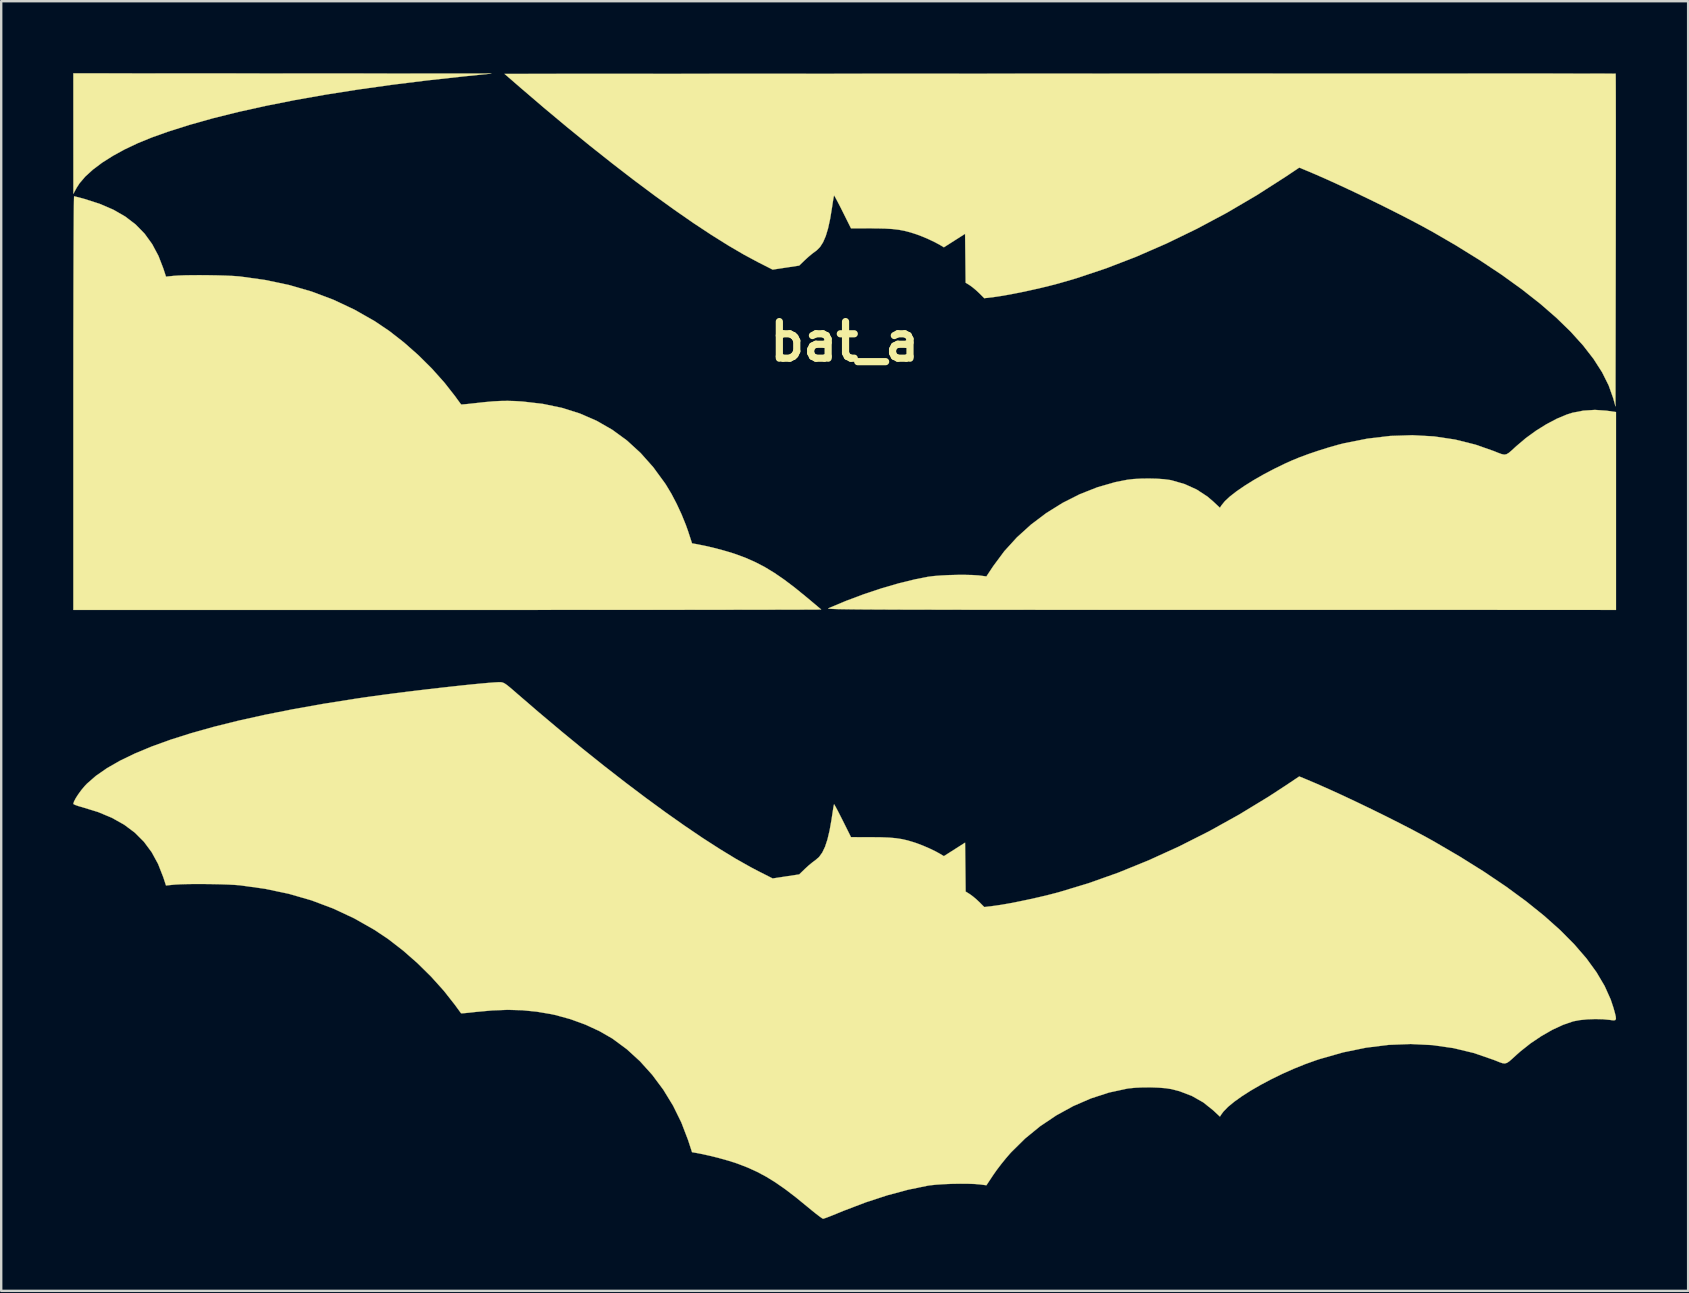
<source format=kicad_pcb>
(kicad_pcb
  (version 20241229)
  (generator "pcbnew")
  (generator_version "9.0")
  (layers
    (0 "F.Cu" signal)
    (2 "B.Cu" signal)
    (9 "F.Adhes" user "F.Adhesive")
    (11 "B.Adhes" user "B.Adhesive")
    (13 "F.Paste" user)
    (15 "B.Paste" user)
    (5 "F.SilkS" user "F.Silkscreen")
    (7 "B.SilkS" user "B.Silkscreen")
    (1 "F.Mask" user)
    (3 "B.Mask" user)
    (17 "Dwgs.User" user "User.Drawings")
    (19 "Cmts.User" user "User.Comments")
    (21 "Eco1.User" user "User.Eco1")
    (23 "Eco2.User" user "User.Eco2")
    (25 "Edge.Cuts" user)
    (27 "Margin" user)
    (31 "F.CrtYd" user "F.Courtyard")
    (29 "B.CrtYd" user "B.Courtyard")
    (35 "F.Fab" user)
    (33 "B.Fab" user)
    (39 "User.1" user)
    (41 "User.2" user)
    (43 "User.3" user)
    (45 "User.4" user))
  (footprint "bat_a"
    (layer "F.Cu")
    (at 32.136 11.181)
    (property "Reference" "bat_a" (at 0 0 0) (layer "F.SilkS") (effects (font (size 1.524 1.524) (thickness 0.3))))
    (attr through_hole)
    (fp_poly (pts (xy -14.711 -11.167) (xy -15.875 -11.048) (xy -17.407 -10.88) (xy -18.879 -10.697) (xy -20.288 -10.499) (xy -21.633 -10.287) (xy -22.911 -10.061) (xy -24.119 -9.821) (xy -25.254 -9.569) (xy -26.316 -9.305) (xy -27.299 -9.028) (xy -28.204 -8.741) (xy -28.871 -8.502) (xy -29.453 -8.264) (xy -29.995 -8.007) (xy -30.49 -7.735) (xy -30.933 -7.454) (xy -31.315 -7.167) (xy -31.632 -6.879) (xy -31.875 -6.594) (xy -31.995 -6.406) (xy -32.129 -6.16) (xy -32.131 -11.176) (xy -14.711 -11.167)) (stroke (width 0.01) (type solid)) (fill yes) (layer "F.SilkS"))
    (fp_poly (pts (xy 31.73 2.876) (xy 31.749 2.879) (xy 32.131 2.933) (xy 32.131 11.176) (xy 15.653 11.174) (xy 14.241 11.174) (xy 12.911 11.174) (xy 11.661 11.174) (xy 10.489 11.173) (xy 9.391 11.173) (xy 8.366 11.173) (xy 7.412 11.172) (xy 6.525 11.171) (xy 5.704 11.171) (xy 4.946 11.17) (xy 4.248 11.169) (xy 3.609 11.167) (xy 3.025 11.166) (xy 2.495 11.165) (xy 2.016 11.163) (xy 1.585 11.161) (xy 1.201 11.159) (xy 0.861 11.157) (xy 0.561 11.155) (xy 0.301 11.152) (xy 0.078 11.149) (xy -0.112 11.146) (xy -0.269 11.143) (xy -0.397 11.139) (xy -0.498 11.135) (xy -0.575 11.131) (xy -0.63 11.127) (xy -0.664 11.122) (xy -0.682 11.117) (xy -0.684 11.111) (xy -0.677 11.107) (xy 0.049 10.803) (xy 0.791 10.525) (xy 1.532 10.278) (xy 2.254 10.068) (xy 2.94 9.9) (xy 3.471 9.796) (xy 3.703 9.766) (xy 3.996 9.743) (xy 4.326 9.726) (xy 4.671 9.717) (xy 5.009 9.716) (xy 5.317 9.723) (xy 5.572 9.739) (xy 5.652 9.748) (xy 5.905 9.781) (xy 6.193 9.346) (xy 6.651 8.729) (xy 7.177 8.152) (xy 7.763 7.621) (xy 8.4 7.141) (xy 9.077 6.719) (xy 9.788 6.359) (xy 10.522 6.069) (xy 11.271 5.853) (xy 11.769 5.755) (xy 12.031 5.724) (xy 12.341 5.707) (xy 12.673 5.702) (xy 13.002 5.71) (xy 13.304 5.731) (xy 13.554 5.764) (xy 13.61 5.775) (xy 14.162 5.934) (xy 14.663 6.161) (xy 15.113 6.455) (xy 15.356 6.663) (xy 15.632 6.921) (xy 15.7 6.815) (xy 15.84 6.644) (xy 16.051 6.448) (xy 16.325 6.235) (xy 16.654 6.009) (xy 17.028 5.775) (xy 17.441 5.538) (xy 17.882 5.305) (xy 18.345 5.08) (xy 18.627 4.953) (xy 18.952 4.819) (xy 19.335 4.678) (xy 19.749 4.538) (xy 20.168 4.407) (xy 20.566 4.294) (xy 20.804 4.234) (xy 21.777 4.041) (xy 22.725 3.929) (xy 23.65 3.898) (xy 24.551 3.948) (xy 25.428 4.079) (xy 26.281 4.292) (xy 27.039 4.558) (xy 27.232 4.636) (xy 27.372 4.687) (xy 27.478 4.707) (xy 27.568 4.691) (xy 27.663 4.636) (xy 27.78 4.537) (xy 27.94 4.39) (xy 27.986 4.348) (xy 28.377 4.017) (xy 28.798 3.711) (xy 29.233 3.44) (xy 29.665 3.212) (xy 30.077 3.039) (xy 30.311 2.964) (xy 30.769 2.875) (xy 31.254 2.844) (xy 31.73 2.876)) (stroke (width 0.01) (type solid)) (fill yes) (layer "F.SilkS"))
    (fp_poly (pts (xy -32.047 -6.043) (xy -31.933 -6.015) (xy -31.777 -5.974) (xy -31.679 -5.947) (xy -31.038 -5.742) (xy -30.469 -5.498) (xy -29.969 -5.211) (xy -29.535 -4.879) (xy -29.162 -4.497) (xy -28.847 -4.062) (xy -28.585 -3.571) (xy -28.386 -3.057) (xy -28.271 -2.707) (xy -27.947 -2.74) (xy -27.752 -2.753) (xy -27.491 -2.763) (xy -27.18 -2.768) (xy -26.837 -2.769) (xy -26.48 -2.766) (xy -26.126 -2.76) (xy -25.793 -2.75) (xy -25.497 -2.737) (xy -25.258 -2.72) (xy -25.188 -2.714) (xy -24.146 -2.569) (xy -23.155 -2.361) (xy -22.21 -2.088) (xy -21.303 -1.747) (xy -20.428 -1.336) (xy -19.579 -0.854) (xy -18.972 -0.445) (xy -18.361 0.032) (xy -17.764 0.559) (xy -17.195 1.123) (xy -16.673 1.708) (xy -16.236 2.265) (xy -16.131 2.41) (xy -16.045 2.526) (xy -15.991 2.6) (xy -15.979 2.617) (xy -15.935 2.618) (xy -15.823 2.609) (xy -15.66 2.593) (xy -15.46 2.571) (xy -15.424 2.567) (xy -15.006 2.521) (xy -14.651 2.489) (xy -14.335 2.472) (xy -14.037 2.468) (xy -13.735 2.476) (xy -13.42 2.495) (xy -12.575 2.593) (xy -11.78 2.758) (xy -11.033 2.993) (xy -10.334 3.297) (xy -9.68 3.672) (xy -9.07 4.118) (xy -8.502 4.638) (xy -7.975 5.23) (xy -7.487 5.897) (xy -7.434 5.978) (xy -7.216 6.341) (xy -6.998 6.758) (xy -6.793 7.2) (xy -6.616 7.636) (xy -6.524 7.895) (xy -6.358 8.403) (xy -6.174 8.435) (xy -5.823 8.505) (xy -5.435 8.596) (xy -5.044 8.699) (xy -4.687 8.805) (xy -4.532 8.856) (xy -4.11 9.014) (xy -3.711 9.191) (xy -3.32 9.395) (xy -2.927 9.634) (xy -2.518 9.915) (xy -2.08 10.246) (xy -1.602 10.635) (xy -1.587 10.647) (xy -1.398 10.806) (xy -1.231 10.945) (xy -1.099 11.057) (xy -1.01 11.131) (xy -0.977 11.159) (xy -1.018 11.161) (xy -1.14 11.162) (xy -1.341 11.163) (xy -1.618 11.164) (xy -1.968 11.165) (xy -2.387 11.166) (xy -2.874 11.167) (xy -3.424 11.168) (xy -4.036 11.169) (xy -4.706 11.17) (xy -5.431 11.171) (xy -6.208 11.172) (xy -7.035 11.173) (xy -7.907 11.173) (xy -8.824 11.174) (xy -9.78 11.174) (xy -10.774 11.175) (xy -11.803 11.175) (xy -12.863 11.176) (xy -13.952 11.176) (xy -15.066 11.176) (xy -16.204 11.176) (xy -16.545 11.176) (xy -32.131 11.176) (xy -32.131 2.561) (xy -32.131 1.714) (xy -32.13 0.889) (xy -32.13 0.091) (xy -32.129 -0.676) (xy -32.127 -1.409) (xy -32.126 -2.103) (xy -32.124 -2.754) (xy -32.122 -3.358) (xy -32.12 -3.912) (xy -32.118 -4.412) (xy -32.115 -4.853) (xy -32.113 -5.231) (xy -32.11 -5.543) (xy -32.107 -5.784) (xy -32.104 -5.951) (xy -32.101 -6.04) (xy -32.099 -6.054) (xy -32.047 -6.043)) (stroke (width 0.01) (type solid)) (fill yes) (layer "F.SilkS"))
    (fp_poly (pts (xy 23.782 -11.169) (xy 24.764 -11.169) (xy 25.695 -11.169) (xy 26.573 -11.168) (xy 27.396 -11.168) (xy 28.162 -11.168) (xy 28.867 -11.168) (xy 29.51 -11.167) (xy 30.088 -11.167) (xy 30.599 -11.166) (xy 31.04 -11.166) (xy 31.41 -11.165) (xy 31.704 -11.164) (xy 31.921 -11.164) (xy 32.06 -11.163) (xy 32.116 -11.162) (xy 32.117 -11.162) (xy 32.118 -11.119) (xy 32.12 -10.995) (xy 32.121 -10.796) (xy 32.122 -10.526) (xy 32.123 -10.188) (xy 32.123 -9.788) (xy 32.124 -9.33) (xy 32.124 -8.819) (xy 32.124 -8.258) (xy 32.124 -7.653) (xy 32.124 -7.008) (xy 32.123 -6.327) (xy 32.122 -5.614) (xy 32.121 -4.875) (xy 32.121 -4.224) (xy 32.11 2.7) (xy 32.014 2.355) (xy 31.824 1.821) (xy 31.552 1.276) (xy 31.196 0.721) (xy 30.759 0.157) (xy 30.24 -0.417) (xy 29.641 -0.999) (xy 28.962 -1.588) (xy 28.203 -2.185) (xy 27.366 -2.788) (xy 26.45 -3.397) (xy 25.458 -4.012) (xy 24.532 -4.55) (xy 24.088 -4.795) (xy 23.581 -5.064) (xy 23.026 -5.349) (xy 22.441 -5.643) (xy 21.839 -5.938) (xy 21.236 -6.227) (xy 20.648 -6.502) (xy 20.091 -6.756) (xy 19.579 -6.981) (xy 19.214 -7.135) (xy 18.936 -7.249) (xy 18.368 -6.869) (xy 17.161 -6.096) (xy 15.926 -5.371) (xy 14.672 -4.701) (xy 13.408 -4.088) (xy 12.145 -3.537) (xy 10.89 -3.053) (xy 9.654 -2.64) (xy 8.932 -2.43) (xy 8.566 -2.334) (xy 8.166 -2.236) (xy 7.748 -2.142) (xy 7.334 -2.053) (xy 6.94 -1.976) (xy 6.586 -1.912) (xy 6.29 -1.867) (xy 6.23 -1.859) (xy 5.815 -1.809) (xy 5.603 -2.021) (xy 5.464 -2.15) (xy 5.319 -2.27) (xy 5.215 -2.345) (xy 5.039 -2.455) (xy 5.028 -3.473) (xy 5.016 -4.491) (xy 4.133 -3.929) (xy 3.982 -4.02) (xy 3.769 -4.136) (xy 3.508 -4.261) (xy 3.233 -4.379) (xy 2.997 -4.468) (xy 2.739 -4.551) (xy 2.498 -4.614) (xy 2.256 -4.66) (xy 1.992 -4.691) (xy 1.69 -4.709) (xy 1.331 -4.717) (xy 1.137 -4.718) (xy 0.264 -4.72) (xy -0.082 -5.413) (xy -0.192 -5.632) (xy -0.29 -5.82) (xy -0.368 -5.967) (xy -0.421 -6.061) (xy -0.442 -6.09) (xy -0.454 -6.045) (xy -0.474 -5.933) (xy -0.5 -5.771) (xy -0.527 -5.588) (xy -0.605 -5.115) (xy -0.691 -4.72) (xy -0.788 -4.398) (xy -0.899 -4.141) (xy -1.025 -3.943) (xy -1.169 -3.799) (xy -1.212 -3.767) (xy -1.35 -3.665) (xy -1.511 -3.531) (xy -1.656 -3.398) (xy -1.894 -3.168) (xy -2.447 -3.084) (xy -3 -3) (xy -3.594 -3.301) (xy -4.196 -3.624) (xy -4.852 -4.008) (xy -5.556 -4.449) (xy -6.307 -4.945) (xy -7.099 -5.495) (xy -7.93 -6.094) (xy -8.795 -6.74) (xy -9.692 -7.432) (xy -10.617 -8.165) (xy -11.565 -8.937) (xy -12.535 -9.747) (xy -13.521 -10.591) (xy -13.683 -10.732) (xy -14.171 -11.155) (xy 8.966 -11.165) (xy 10.362 -11.166) (xy 11.736 -11.167) (xy 13.087 -11.167) (xy 14.412 -11.168) (xy 15.709 -11.168) (xy 16.974 -11.168) (xy 18.206 -11.169) (xy 19.403 -11.169) (xy 20.561 -11.169) (xy 21.679 -11.169) (xy 22.753 -11.169) (xy 23.782 -11.169)) (stroke (width 0.01) (type solid)) (fill yes) (layer "F.SilkS")))
  (footprint "bat_b"
    (layer "F.Cu")
    (at 32.136 36.543)
    (property "Reference" "bat_b" (at 0 0 0) (layer "F.SilkS") (effects (font (size 1.524 1.524) (thickness 0.3))))
    (attr through_hole)
    (fp_poly (pts (xy -14.301 -11.173) (xy -14.235 -11.157) (xy -14.162 -11.122) (xy -14.069 -11.058) (xy -13.945 -10.958) (xy -13.776 -10.814) (xy -13.668 -10.719) (xy -12.738 -9.918) (xy -11.816 -9.142) (xy -10.905 -8.394) (xy -10.009 -7.678) (xy -9.133 -6.997) (xy -8.282 -6.355) (xy -7.459 -5.753) (xy -6.669 -5.196) (xy -5.917 -4.686) (xy -5.206 -4.228) (xy -4.542 -3.823) (xy -3.927 -3.476) (xy -3.594 -3.301) (xy -3 -3) (xy -2.447 -3.084) (xy -1.894 -3.168) (xy -1.656 -3.398) (xy -1.507 -3.535) (xy -1.346 -3.668) (xy -1.212 -3.767) (xy -1.063 -3.898) (xy -0.932 -4.08) (xy -0.817 -4.32) (xy -0.717 -4.624) (xy -0.628 -4.998) (xy -0.548 -5.448) (xy -0.527 -5.588) (xy -0.498 -5.781) (xy -0.473 -5.94) (xy -0.453 -6.049) (xy -0.442 -6.09) (xy -0.42 -6.059) (xy -0.366 -5.964) (xy -0.287 -5.816) (xy -0.19 -5.626) (xy -0.082 -5.413) (xy 0.264 -4.72) (xy 1.137 -4.718) (xy 1.53 -4.714) (xy 1.856 -4.701) (xy 2.136 -4.676) (xy 2.386 -4.638) (xy 2.625 -4.583) (xy 2.873 -4.509) (xy 2.997 -4.468) (xy 3.257 -4.369) (xy 3.533 -4.25) (xy 3.791 -4.125) (xy 3.982 -4.02) (xy 4.133 -3.929) (xy 5.016 -4.491) (xy 5.028 -3.473) (xy 5.039 -2.455) (xy 5.215 -2.345) (xy 5.339 -2.254) (xy 5.486 -2.131) (xy 5.603 -2.021) (xy 5.815 -1.809) (xy 6.23 -1.859) (xy 6.509 -1.9) (xy 6.851 -1.959) (xy 7.237 -2.034) (xy 7.648 -2.12) (xy 8.066 -2.213) (xy 8.473 -2.31) (xy 8.849 -2.407) (xy 8.932 -2.43) (xy 10.153 -2.799) (xy 11.398 -3.241) (xy 12.657 -3.753) (xy 13.922 -4.329) (xy 15.182 -4.966) (xy 16.43 -5.659) (xy 17.655 -6.404) (xy 18.368 -6.869) (xy 18.936 -7.249) (xy 19.214 -7.135) (xy 19.679 -6.938) (xy 20.201 -6.706) (xy 20.766 -6.448) (xy 21.358 -6.169) (xy 21.962 -5.878) (xy 22.562 -5.583) (xy 23.142 -5.29) (xy 23.688 -5.008) (xy 24.184 -4.743) (xy 24.532 -4.55) (xy 25.619 -3.915) (xy 26.623 -3.287) (xy 27.544 -2.666) (xy 28.383 -2.051) (xy 29.137 -1.444) (xy 29.809 -0.844) (xy 30.396 -0.252) (xy 30.901 0.333) (xy 31.321 0.911) (xy 31.657 1.48) (xy 31.91 2.042) (xy 32.024 2.386) (xy 32.086 2.607) (xy 32.122 2.758) (xy 32.128 2.852) (xy 32.101 2.899) (xy 32.039 2.912) (xy 31.938 2.902) (xy 31.888 2.894) (xy 31.592 2.865) (xy 31.262 2.857) (xy 30.926 2.87) (xy 30.614 2.902) (xy 30.352 2.952) (xy 30.332 2.958) (xy 29.917 3.101) (xy 29.475 3.307) (xy 29.023 3.566) (xy 28.576 3.866) (xy 28.154 4.2) (xy 27.986 4.348) (xy 27.813 4.507) (xy 27.687 4.617) (xy 27.589 4.682) (xy 27.5 4.707) (xy 27.399 4.695) (xy 27.269 4.65) (xy 27.091 4.578) (xy 27.039 4.558) (xy 26.211 4.272) (xy 25.358 4.067) (xy 24.481 3.942) (xy 23.581 3.897) (xy 22.661 3.933) (xy 21.722 4.049) (xy 20.765 4.245) (xy 19.792 4.522) (xy 19.651 4.568) (xy 19.176 4.738) (xy 18.698 4.931) (xy 18.224 5.143) (xy 17.763 5.368) (xy 17.325 5.601) (xy 16.917 5.837) (xy 16.55 6.071) (xy 16.232 6.298) (xy 15.972 6.512) (xy 15.779 6.71) (xy 15.7 6.815) (xy 15.632 6.921) (xy 15.356 6.663) (xy 14.938 6.329) (xy 14.468 6.062) (xy 13.946 5.862) (xy 13.61 5.775) (xy 13.379 5.739) (xy 13.089 5.715) (xy 12.765 5.703) (xy 12.431 5.704) (xy 12.113 5.718) (xy 11.835 5.745) (xy 11.769 5.755) (xy 11.009 5.919) (xy 10.258 6.163) (xy 9.524 6.481) (xy 8.817 6.869) (xy 8.145 7.32) (xy 7.519 7.831) (xy 6.947 8.395) (xy 6.892 8.455) (xy 6.709 8.667) (xy 6.516 8.906) (xy 6.336 9.143) (xy 6.193 9.346) (xy 5.905 9.781) (xy 5.652 9.748) (xy 5.422 9.728) (xy 5.131 9.718) (xy 4.802 9.716) (xy 4.456 9.722) (xy 4.117 9.736) (xy 3.807 9.757) (xy 3.55 9.784) (xy 3.471 9.796) (xy 2.646 9.965) (xy 1.784 10.196) (xy 0.882 10.491) (xy -0.066 10.852) (xy -0.327 10.96) (xy -0.524 11.04) (xy -0.695 11.107) (xy -0.824 11.154) (xy -0.895 11.175) (xy -0.901 11.176) (xy -0.949 11.15) (xy -1.051 11.077) (xy -1.195 10.967) (xy -1.37 10.827) (xy -1.565 10.666) (xy -1.568 10.664) (xy -2.044 10.275) (xy -2.478 9.944) (xy -2.882 9.663) (xy -3.269 9.424) (xy -3.651 9.22) (xy -4.04 9.043) (xy -4.449 8.885) (xy -4.532 8.856) (xy -4.861 8.752) (xy -5.239 8.646) (xy -5.633 8.548) (xy -6.007 8.467) (xy -6.174 8.435) (xy -6.358 8.403) (xy -6.524 7.895) (xy -6.803 7.166) (xy -7.148 6.465) (xy -7.554 5.801) (xy -8.015 5.182) (xy -8.524 4.617) (xy -9.074 4.114) (xy -9.659 3.682) (xy -9.691 3.661) (xy -10.218 3.358) (xy -10.803 3.088) (xy -11.422 2.862) (xy -12.052 2.689) (xy -12.234 2.65) (xy -12.833 2.549) (xy -13.428 2.49) (xy -14.039 2.473) (xy -14.685 2.498) (xy -15.385 2.562) (xy -15.424 2.567) (xy -15.628 2.59) (xy -15.799 2.607) (xy -15.92 2.617) (xy -15.977 2.618) (xy -15.979 2.617) (xy -16.007 2.579) (xy -16.073 2.488) (xy -16.167 2.36) (xy -16.236 2.265) (xy -16.701 1.675) (xy -17.226 1.091) (xy -17.797 0.528) (xy -18.396 0.003) (xy -19.007 -0.47) (xy -19.579 -0.854) (xy -20.43 -1.337) (xy -21.305 -1.747) (xy -22.212 -2.088) (xy -23.157 -2.361) (xy -24.148 -2.569) (xy -25.188 -2.714) (xy -25.403 -2.731) (xy -25.681 -2.746) (xy -26.002 -2.757) (xy -26.351 -2.764) (xy -26.709 -2.768) (xy -27.059 -2.769) (xy -27.383 -2.765) (xy -27.665 -2.757) (xy -27.885 -2.745) (xy -27.947 -2.74) (xy -28.271 -2.707) (xy -28.386 -3.057) (xy -28.601 -3.605) (xy -28.868 -4.094) (xy -29.19 -4.528) (xy -29.571 -4.909) (xy -30.014 -5.24) (xy -30.522 -5.525) (xy -31.099 -5.766) (xy -31.749 -5.966) (xy -31.761 -5.97) (xy -31.924 -6.016) (xy -32.05 -6.061) (xy -32.122 -6.096) (xy -32.131 -6.107) (xy -32.104 -6.202) (xy -32.032 -6.341) (xy -31.925 -6.507) (xy -31.797 -6.682) (xy -31.658 -6.848) (xy -31.567 -6.945) (xy -31.191 -7.273) (xy -30.732 -7.592) (xy -30.19 -7.903) (xy -29.567 -8.204) (xy -28.863 -8.497) (xy -28.078 -8.781) (xy -27.215 -9.054) (xy -26.273 -9.318) (xy -25.254 -9.572) (xy -24.158 -9.815) (xy -22.986 -10.048) (xy -21.739 -10.27) (xy -20.418 -10.48) (xy -20.021 -10.539) (xy -19.639 -10.593) (xy -19.218 -10.65) (xy -18.766 -10.709) (xy -18.293 -10.769) (xy -17.808 -10.828) (xy -17.32 -10.886) (xy -16.839 -10.941) (xy -16.373 -10.993) (xy -15.932 -11.041) (xy -15.525 -11.083) (xy -15.162 -11.118) (xy -14.85 -11.146) (xy -14.601 -11.165) (xy -14.423 -11.175) (xy -14.372 -11.176) (xy -14.301 -11.173)) (stroke (width 0.01) (type solid)) (fill yes) (layer "F.SilkS")))
  (gr_rect
    (start -3 -3)
    (end 67.272 50.724)
    (stroke (width 0.1) (type default))
    (fill no)
    (layer "Edge.Cuts")))
</source>
